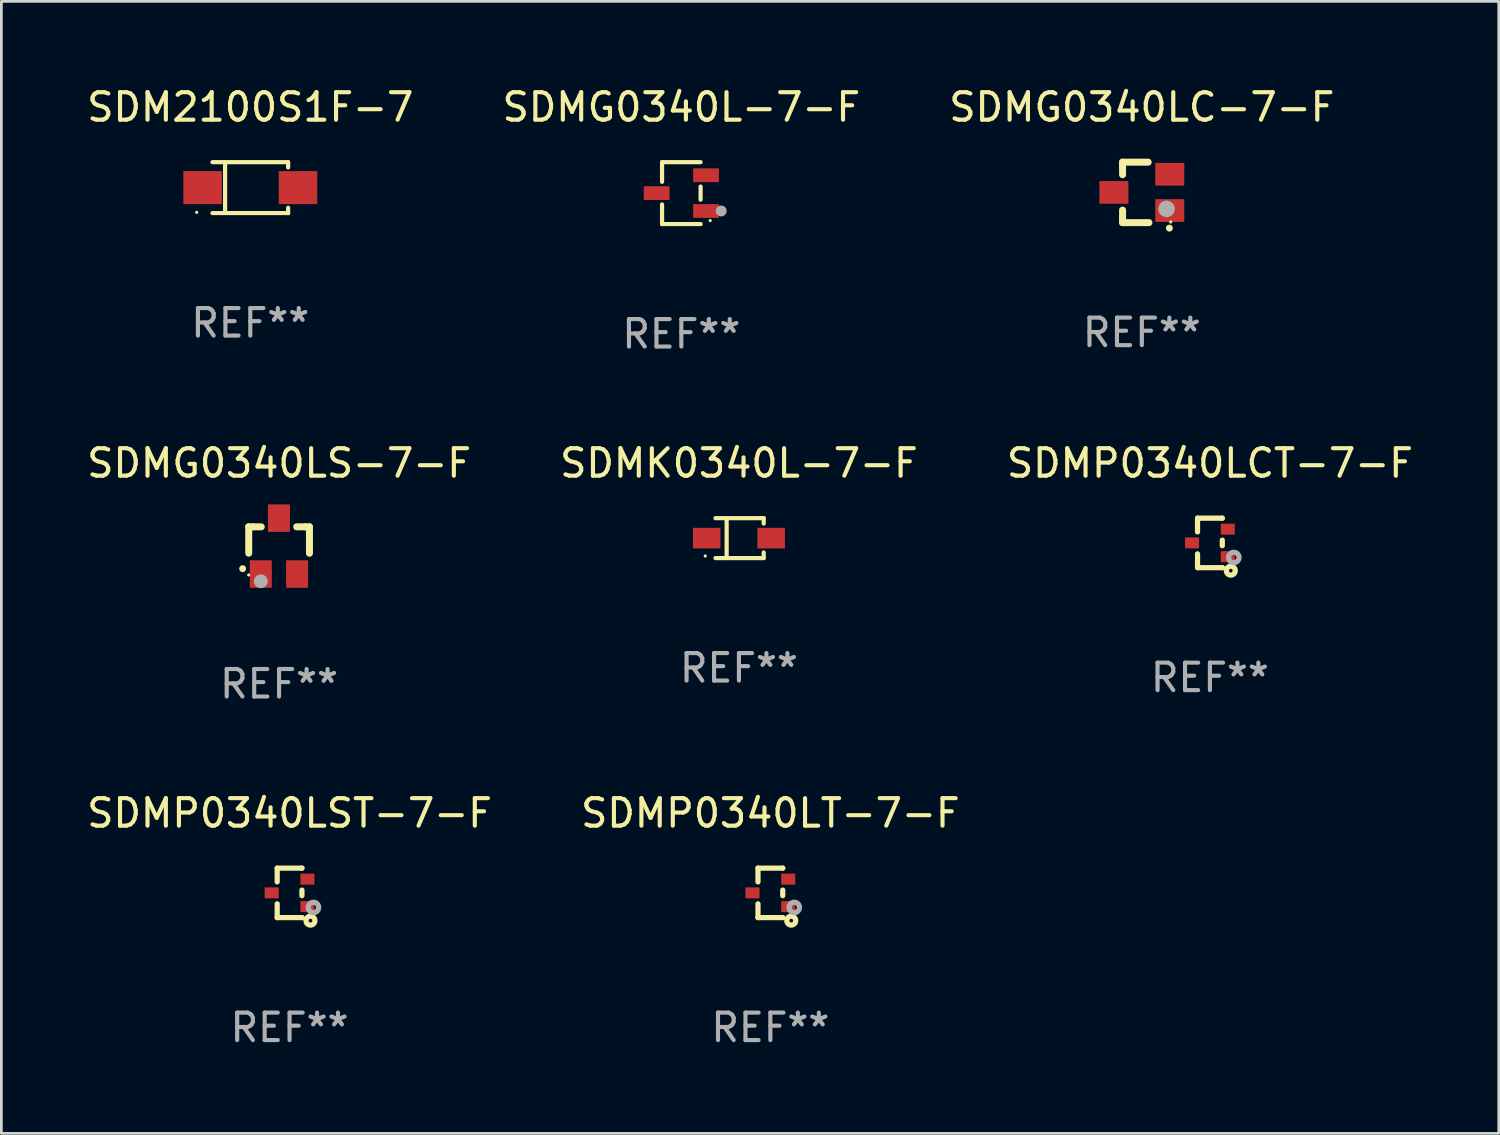
<source format=kicad_pcb>
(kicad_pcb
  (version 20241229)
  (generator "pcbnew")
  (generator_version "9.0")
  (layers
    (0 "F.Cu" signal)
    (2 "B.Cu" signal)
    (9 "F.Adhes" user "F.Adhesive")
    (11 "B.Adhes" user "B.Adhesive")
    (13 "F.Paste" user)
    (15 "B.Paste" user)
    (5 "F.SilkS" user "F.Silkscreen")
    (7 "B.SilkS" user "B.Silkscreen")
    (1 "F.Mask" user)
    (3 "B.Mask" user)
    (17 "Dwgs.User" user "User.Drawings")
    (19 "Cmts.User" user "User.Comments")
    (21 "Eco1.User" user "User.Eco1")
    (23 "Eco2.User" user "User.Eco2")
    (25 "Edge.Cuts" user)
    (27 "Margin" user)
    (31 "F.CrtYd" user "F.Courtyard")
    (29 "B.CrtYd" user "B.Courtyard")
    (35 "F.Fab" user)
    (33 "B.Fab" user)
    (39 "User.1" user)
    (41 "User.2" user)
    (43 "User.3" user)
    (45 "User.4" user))
  (footprint "SDMG0340LC-7-F"
    (layer "F.Cu")
    (at 38.482 3.948)
    (property "Reference" "SDMG0340LC-7-F" (at 0 -3.1 0) (layer "F.SilkS") (effects (font (size 1 1) (thickness 0.15))))
    (attr through_hole)
    (fp_line (start -0.701 -0.95) (end -0.701 -1.1) (stroke (width 0.254) (type solid)) (layer "F.SilkS"))
    (fp_line (start -0.701 -0.644) (end -0.701 -0.95) (stroke (width 0.254) (type solid)) (layer "F.SilkS"))
    (fp_line (start -0.701 0.95) (end -0.701 0.644) (stroke (width 0.254) (type solid)) (layer "F.SilkS"))
    (fp_line (start -0.701 0.95) (end -0.701 1.1) (stroke (width 0.254) (type solid)) (layer "F.SilkS"))
    (fp_line (start -0.7 -1.1) (end 0.23 -1.1) (stroke (width 0.254) (type solid)) (layer "F.SilkS"))
    (fp_line (start -0.7 1.1) (end 0.258 1.1) (stroke (width 0.254) (type solid)) (layer "F.SilkS"))
    (fp_arc (start 1 1.3) (mid 1.00127 1.299994) (end 1.00254 1.3) (stroke (width 0.24892) (type solid)) (layer "F.SilkS"))
    (fp_circle (center 1.05 1.075) (end 1.08 1.075) (stroke (width 0.06) (type solid)) (fill no) (layer "F.SilkS"))
    (fp_circle (center 0.9 0.6) (end 1.05 0.6) (stroke (width 0.3) (type solid)) (fill no) (layer "F.Fab"))
    (fp_text user "REF**" (at 0 5.1 0) (layer "F.Fab") (effects (font (size 1 1) (thickness 0.15))))
    (pad "1" smd rect (at 1.016 0.66) (size 1.054 0.826) (layers "F.Cu" "F.Mask" "F.Paste"))
    (pad "2" smd rect (at 1.016 -0.66) (size 1.054 0.826) (layers "F.Cu" "F.Mask" "F.Paste"))
    (pad "3" smd rect (at -1.016 0) (size 1.054 0.826) (layers "F.Cu" "F.Mask" "F.Paste")))
  (footprint "SDMP0340LST-7-F"
    (layer "F.Cu")
    (at 7.482 29.426)
    (property "Reference" "SDMP0340LST-7-F" (at 0 -2.9 0) (layer "F.SilkS") (effects (font (size 1 1) (thickness 0.15))))
    (attr through_hole)
    (fp_line (start -0.45 -0.9) (end 0.45 -0.9) (stroke (width 0.19) (type solid)) (layer "F.SilkS"))
    (fp_line (start -0.45 -0.399) (end -0.45 -0.9) (stroke (width 0.19) (type solid)) (layer "F.SilkS"))
    (fp_line (start -0.45 0.9) (end -0.45 0.399) (stroke (width 0.19) (type solid)) (layer "F.SilkS"))
    (fp_line (start -0.45 0.9) (end 0.45 0.9) (stroke (width 0.19) (type solid)) (layer "F.SilkS"))
    (fp_line (start 0.45 -0.899) (end 0.45 -0.9) (stroke (width 0.19) (type solid)) (layer "F.SilkS"))
    (fp_line (start 0.45 0.101) (end 0.45 -0.101) (stroke (width 0.19) (type solid)) (layer "F.SilkS"))
    (fp_line (start 0.45 0.9) (end 0.45 0.899) (stroke (width 0.19) (type solid)) (layer "F.SilkS"))
    (fp_circle (center 0.76 1.01) (end 0.827 1.01) (stroke (width 0.19) (type solid)) (fill no) (layer "F.SilkS"))
    (fp_circle (center 0.8 0.8) (end 0.81 0.8) (stroke (width 0.02) (type solid)) (fill no) (layer "F.SilkS"))
    (fp_circle (center 0.87 0.53) (end 0.964 0.53) (stroke (width 0.19) (type solid)) (fill no) (layer "F.Fab"))
    (fp_text user "REF**" (at 0 4.9 0) (layer "F.Fab") (effects (font (size 1 1) (thickness 0.15))))
    (pad "1" smd rect (at 0.65 0.5 90) (size 0.4 0.51) (layers "F.Cu" "F.Mask" "F.Paste"))
    (pad "2" smd rect (at 0.65 -0.5 90) (size 0.4 0.51) (layers "F.Cu" "F.Mask" "F.Paste"))
    (pad "3" smd rect (at -0.65 0.000127 90) (size 0.4 0.51) (layers "F.Cu" "F.Mask" "F.Paste")))
  (footprint "SDMK0340L-7-F"
    (layer "F.Cu")
    (at 23.827 16.523)
    (property "Reference" "SDMK0340L-7-F" (at 0 -2.726 0) (layer "F.SilkS") (effects (font (size 1 1) (thickness 0.15))))
    (attr through_hole)
    (fp_line (start -0.851 -0.726) (end 0.901 -0.726) (stroke (width 0.152) (type solid)) (layer "F.SilkS"))
    (fp_line (start -0.851 0.726) (end 0.901 0.726) (stroke (width 0.152) (type solid)) (layer "F.SilkS"))
    (fp_line (start -0.447 -0.726) (end -0.447 0.726) (stroke (width 0.152) (type solid)) (layer "F.SilkS"))
    (fp_line (start 0.901 -0.726) (end 0.901 -0.53) (stroke (width 0.152) (type solid)) (layer "F.SilkS"))
    (fp_line (start 0.901 0.726) (end 0.901 0.52) (stroke (width 0.152) (type solid)) (layer "F.SilkS"))
    (fp_circle (center -1.225 0.65) (end -1.195 0.65) (stroke (width 0.06) (type solid)) (fill no) (layer "F.SilkS"))
    (fp_text user "REF**" (at 0 4.726 0) (layer "F.Fab") (effects (font (size 1 1) (thickness 0.15))))
    (pad "1" smd rect (at -1.173 0) (size 1 0.75) (layers "F.Cu" "F.Mask" "F.Paste"))
    (pad "2" smd rect (at 1.173 0) (size 1 0.75) (layers "F.Cu" "F.Mask" "F.Paste")))
  (footprint "SDMG0340L-7-F"
    (layer "F.Cu")
    (at 21.732 3.974)
    (property "Reference" "SDMG0340L-7-F" (at 0 -3.126 0) (layer "F.SilkS") (effects (font (size 1 1) (thickness 0.15))))
    (attr through_hole)
    (fp_line (start -0.701 -1.126) (end -0.701 -0.411) (stroke (width 0.152) (type solid)) (layer "F.SilkS"))
    (fp_line (start -0.701 1.126) (end -0.701 0.411) (stroke (width 0.152) (type solid)) (layer "F.SilkS"))
    (fp_line (start 0.701 -1.126) (end -0.701 -1.126) (stroke (width 0.152) (type solid)) (layer "F.SilkS"))
    (fp_line (start 0.701 -0.239) (end 0.701 0.239) (stroke (width 0.152) (type solid)) (layer "F.SilkS"))
    (fp_line (start 0.701 1.126) (end -0.701 1.126) (stroke (width 0.152) (type solid)) (layer "F.SilkS"))
    (fp_circle (center 1.05 1) (end 1.08 1) (stroke (width 0.06) (type solid)) (fill no) (layer "F.SilkS"))
    (fp_circle (center 1.45 0.65) (end 1.55 0.65) (stroke (width 0.2) (type solid)) (fill no) (layer "F.Fab"))
    (fp_text user "REF**" (at 0 5.126 0) (layer "F.Fab") (effects (font (size 1 1) (thickness 0.15))))
    (pad "1" smd rect (at 0.898 0.65) (size 0.936 0.5) (layers "F.Cu" "F.Mask" "F.Paste"))
    (pad "2" smd rect (at 0.898 -0.65) (size 0.936 0.5) (layers "F.Cu" "F.Mask" "F.Paste"))
    (pad "3" smd rect (at -0.898 0) (size 0.936 0.5) (layers "F.Cu" "F.Mask" "F.Paste")))
  (footprint "SDM2100S1F-7"
    (layer "F.Cu")
    (at 6.054 3.774)
    (property "Reference" "SDM2100S1F-7" (at 0 -2.926 0) (layer "F.SilkS") (effects (font (size 1 1) (thickness 0.15))))
    (attr through_hole)
    (fp_line (start -1.376 -0.926) (end 1.376 -0.926) (stroke (width 0.152) (type solid)) (layer "F.SilkS"))
    (fp_line (start -1.376 0.926) (end 1.376 0.926) (stroke (width 0.152) (type solid)) (layer "F.SilkS"))
    (fp_line (start -0.917 -0.876) (end -0.917 0.876) (stroke (width 0.152) (type solid)) (layer "F.SilkS"))
    (fp_line (start 1.376 -0.926) (end 1.376 -0.733) (stroke (width 0.152) (type solid)) (layer "F.SilkS"))
    (fp_line (start 1.376 0.926) (end 1.376 0.733) (stroke (width 0.152) (type solid)) (layer "F.SilkS"))
    (fp_circle (center -1.95 0.9) (end -1.92 0.9) (stroke (width 0.06) (type solid)) (fill no) (layer "F.SilkS"))
    (fp_text user "REF**" (at 0 4.926 0) (layer "F.Fab") (effects (font (size 1 1) (thickness 0.15))))
    (pad "1" smd rect (at -1.735 0) (size 1.4 1.2) (layers "F.Cu" "F.Mask" "F.Paste"))
    (pad "2" smd rect (at 1.735 0) (size 1.4 1.2) (layers "F.Cu" "F.Mask" "F.Paste")))
  (footprint "SDMG0340LS-7-F"
    (layer "F.Cu")
    (at 7.101 16.813)
    (property "Reference" "SDMG0340LS-7-F" (at 0 -3.016 0) (layer "F.SilkS") (effects (font (size 1 1) (thickness 0.15))))
    (attr through_hole)
    (fp_line (start -1.105 -0.701) (end -1.105 0.259) (stroke (width 0.254) (type solid)) (layer "F.SilkS"))
    (fp_line (start -0.955 -0.701) (end -1.105 -0.701) (stroke (width 0.254) (type solid)) (layer "F.SilkS"))
    (fp_line (start -0.955 -0.701) (end -0.649 -0.701) (stroke (width 0.254) (type solid)) (layer "F.SilkS"))
    (fp_line (start 0.639 -0.701) (end 0.945 -0.701) (stroke (width 0.254) (type solid)) (layer "F.SilkS"))
    (fp_line (start 0.945 -0.701) (end 1.105 -0.701) (stroke (width 0.254) (type solid)) (layer "F.SilkS"))
    (fp_line (start 1.105 -0.701) (end 1.105 0.261) (stroke (width 0.254) (type solid)) (layer "F.SilkS"))
    (fp_arc (start -1.324994 0.82253) (mid -1.325 0.82126) (end -1.324994 0.81999) (stroke (width 0.24892) (type solid)) (layer "F.SilkS"))
    (fp_circle (center -1.105 1.05) (end -1.075 1.05) (stroke (width 0.06) (type solid)) (fill no) (layer "F.SilkS"))
    (fp_circle (center -0.665 1.28) (end -0.538 1.28) (stroke (width 0.254) (type solid)) (fill no) (layer "F.Fab"))
    (fp_text user "REF**" (at 0 5.016 0) (layer "F.Fab") (effects (font (size 1 1) (thickness 0.15))))
    (pad "1" smd rect (at -0.665 1.016) (size 0.8 1) (layers "F.Cu" "F.Mask" "F.Paste"))
    (pad "2" smd rect (at 0.655 1.016) (size 0.8 1) (layers "F.Cu" "F.Mask" "F.Paste"))
    (pad "3" smd rect (at -0.005 -1.016) (size 0.8 1) (layers "F.Cu" "F.Mask" "F.Paste")))
  (footprint "SDMP0340LCT-7-F"
    (layer "F.Cu")
    (at 40.958 16.697)
    (property "Reference" "SDMP0340LCT-7-F" (at 0 -2.9 0) (layer "F.SilkS") (effects (font (size 1 1) (thickness 0.15))))
    (attr through_hole)
    (fp_line (start -0.45 -0.9) (end 0.45 -0.9) (stroke (width 0.19) (type solid)) (layer "F.SilkS"))
    (fp_line (start -0.45 -0.399) (end -0.45 -0.9) (stroke (width 0.19) (type solid)) (layer "F.SilkS"))
    (fp_line (start -0.45 0.9) (end -0.45 0.399) (stroke (width 0.19) (type solid)) (layer "F.SilkS"))
    (fp_line (start -0.45 0.9) (end 0.45 0.9) (stroke (width 0.19) (type solid)) (layer "F.SilkS"))
    (fp_line (start 0.45 -0.899) (end 0.45 -0.9) (stroke (width 0.19) (type solid)) (layer "F.SilkS"))
    (fp_line (start 0.45 0.101) (end 0.45 -0.101) (stroke (width 0.19) (type solid)) (layer "F.SilkS"))
    (fp_line (start 0.45 0.9) (end 0.45 0.899) (stroke (width 0.19) (type solid)) (layer "F.SilkS"))
    (fp_circle (center 0.76 1.01) (end 0.827 1.01) (stroke (width 0.19) (type solid)) (fill no) (layer "F.SilkS"))
    (fp_circle (center 0.8 0.8) (end 0.81 0.8) (stroke (width 0.02) (type solid)) (fill no) (layer "F.SilkS"))
    (fp_circle (center 0.87 0.53) (end 0.964 0.53) (stroke (width 0.19) (type solid)) (fill no) (layer "F.Fab"))
    (fp_text user "REF**" (at 0 4.9 0) (layer "F.Fab") (effects (font (size 1 1) (thickness 0.15))))
    (pad "1" smd rect (at 0.65 0.5 90) (size 0.4 0.51) (layers "F.Cu" "F.Mask" "F.Paste"))
    (pad "2" smd rect (at 0.65 -0.5 90) (size 0.4 0.51) (layers "F.Cu" "F.Mask" "F.Paste"))
    (pad "3" smd rect (at -0.65 0.000127 90) (size 0.4 0.51) (layers "F.Cu" "F.Mask" "F.Paste")))
  (footprint "SDMP0340LT-7-F"
    (layer "F.Cu")
    (at 24.97 29.426)
    (property "Reference" "SDMP0340LT-7-F" (at 0 -2.9 0) (layer "F.SilkS") (effects (font (size 1 1) (thickness 0.15))))
    (attr through_hole)
    (fp_line (start -0.45 -0.9) (end 0.45 -0.9) (stroke (width 0.19) (type solid)) (layer "F.SilkS"))
    (fp_line (start -0.45 -0.399) (end -0.45 -0.9) (stroke (width 0.19) (type solid)) (layer "F.SilkS"))
    (fp_line (start -0.45 0.9) (end -0.45 0.399) (stroke (width 0.19) (type solid)) (layer "F.SilkS"))
    (fp_line (start -0.45 0.9) (end 0.45 0.9) (stroke (width 0.19) (type solid)) (layer "F.SilkS"))
    (fp_line (start 0.45 -0.899) (end 0.45 -0.9) (stroke (width 0.19) (type solid)) (layer "F.SilkS"))
    (fp_line (start 0.45 0.101) (end 0.45 -0.101) (stroke (width 0.19) (type solid)) (layer "F.SilkS"))
    (fp_line (start 0.45 0.9) (end 0.45 0.899) (stroke (width 0.19) (type solid)) (layer "F.SilkS"))
    (fp_circle (center 0.76 1.01) (end 0.827 1.01) (stroke (width 0.19) (type solid)) (fill no) (layer "F.SilkS"))
    (fp_circle (center 0.8 0.8) (end 0.81 0.8) (stroke (width 0.02) (type solid)) (fill no) (layer "F.SilkS"))
    (fp_circle (center 0.87 0.53) (end 0.964 0.53) (stroke (width 0.19) (type solid)) (fill no) (layer "F.Fab"))
    (fp_text user "REF**" (at 0 4.9 0) (layer "F.Fab") (effects (font (size 1 1) (thickness 0.15))))
    (pad "1" smd rect (at 0.65 0.5 90) (size 0.4 0.51) (layers "F.Cu" "F.Mask" "F.Paste"))
    (pad "2" smd rect (at 0.65 -0.5 90) (size 0.4 0.51) (layers "F.Cu" "F.Mask" "F.Paste"))
    (pad "3" smd rect (at -0.65 0.000127 90) (size 0.4 0.51) (layers "F.Cu" "F.Mask" "F.Paste")))
  (gr_rect
    (start -3 -3)
    (end 51.464 38.174)
    (stroke (width 0.1) (type default))
    (fill no)
    (layer "Edge.Cuts")))
</source>
